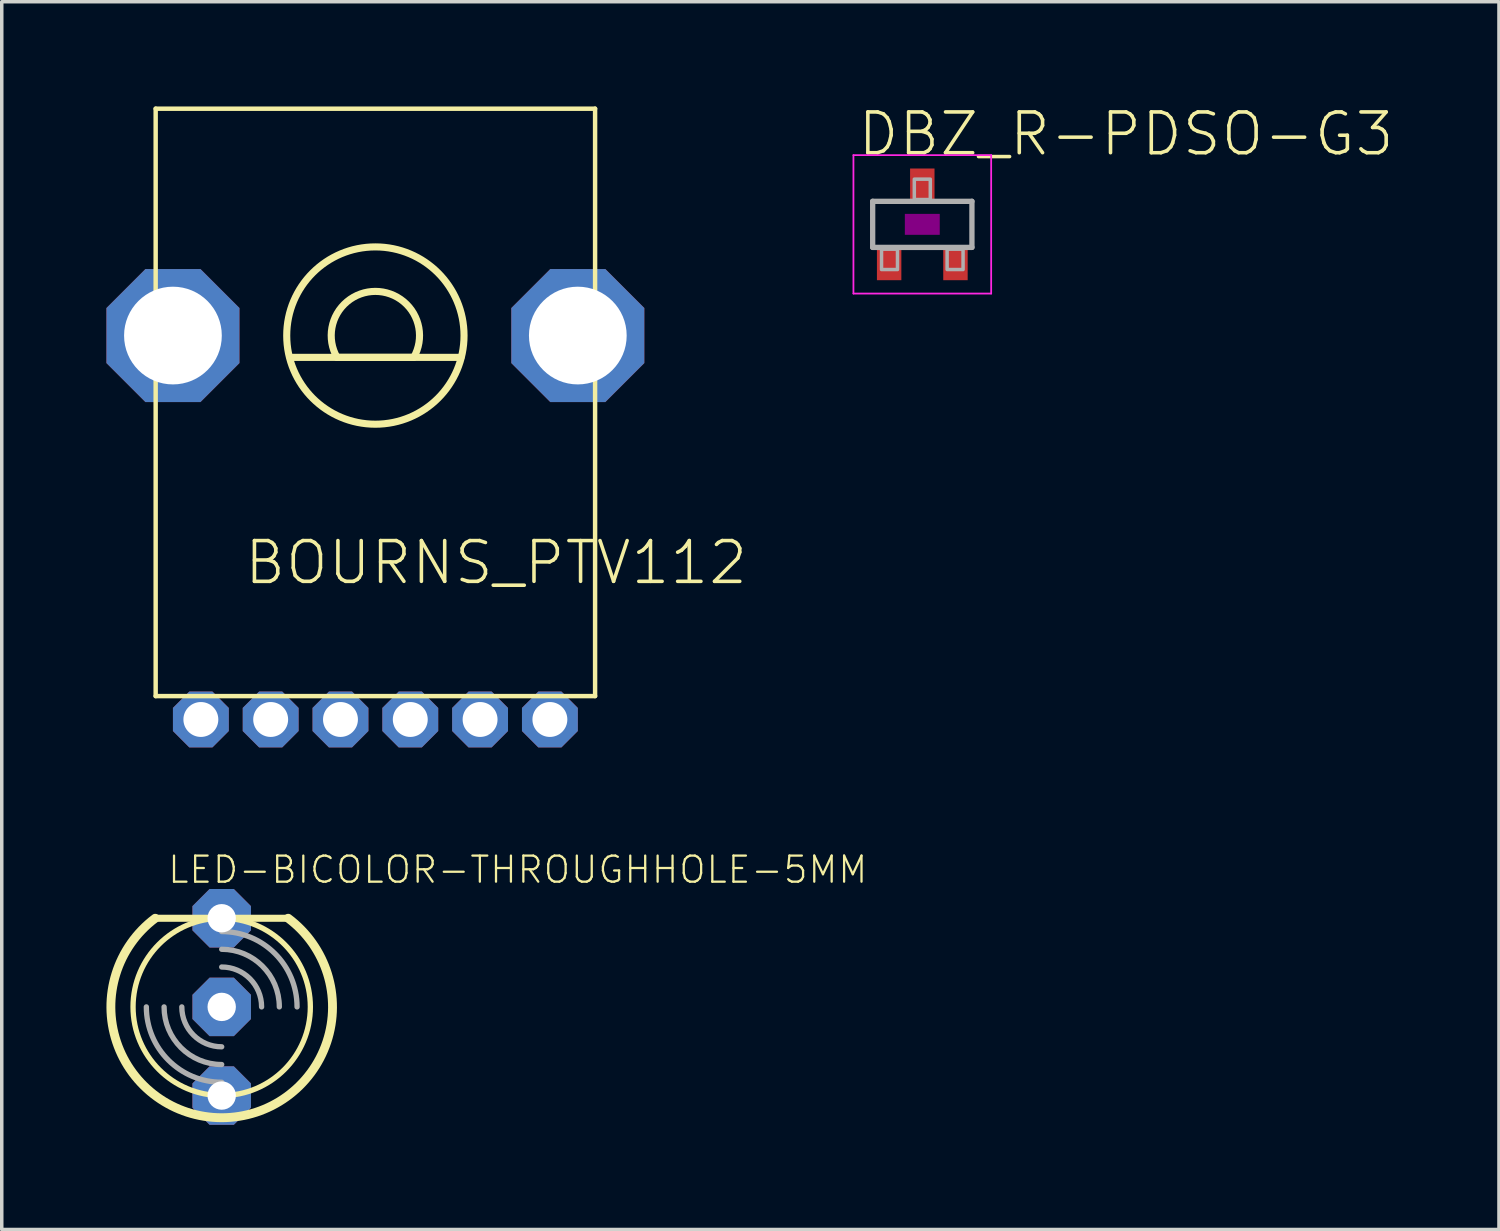
<source format=kicad_pcb>
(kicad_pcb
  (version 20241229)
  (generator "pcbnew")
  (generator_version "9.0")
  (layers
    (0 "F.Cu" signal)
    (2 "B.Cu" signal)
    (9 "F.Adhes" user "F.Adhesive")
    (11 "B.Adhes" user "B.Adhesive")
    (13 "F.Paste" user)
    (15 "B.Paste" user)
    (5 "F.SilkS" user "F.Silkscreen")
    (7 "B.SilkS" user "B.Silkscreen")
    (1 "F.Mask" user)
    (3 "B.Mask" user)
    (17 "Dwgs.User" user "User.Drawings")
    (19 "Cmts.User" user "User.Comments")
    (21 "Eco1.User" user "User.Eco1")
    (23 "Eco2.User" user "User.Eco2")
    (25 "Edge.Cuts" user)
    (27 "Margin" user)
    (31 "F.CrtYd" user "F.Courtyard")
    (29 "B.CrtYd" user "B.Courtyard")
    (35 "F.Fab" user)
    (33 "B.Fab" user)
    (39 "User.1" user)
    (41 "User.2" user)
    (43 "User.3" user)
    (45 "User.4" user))
  (footprint "DBZ_R-PDSO-G3"
    (layer "F.Cu")
    (at 23.375 3.378)
    (property "Reference" "DBZ_R-PDSO-G3" (at -1.905 -1.905 0) (layer "F.SilkS") (effects (font (size 1.168 1.168) (thickness 0.102)) (justify left bottom)))
    (fp_poly (pts (xy -0.5 0.3) (xy 0.5 0.3) (xy 0.5 -0.3) (xy -0.5 -0.3)) (stroke (width 0) (type solid)) (fill yes) (layer "F.Adhes"))
    (fp_line (start -1.973 -1.983) (end 1.973 -1.983) (stroke (width 0.051) (type solid)) (layer "F.CrtYd"))
    (fp_line (start -1.973 1.983) (end -1.973 -1.983) (stroke (width 0.051) (type solid)) (layer "F.CrtYd"))
    (fp_line (start 1.973 -1.983) (end 1.973 1.983) (stroke (width 0.051) (type solid)) (layer "F.CrtYd"))
    (fp_line (start 1.973 1.983) (end -1.973 1.983) (stroke (width 0.051) (type solid)) (layer "F.CrtYd"))
    (fp_line (start -1.422 -0.66) (end 1.422 -0.66) (stroke (width 0.152) (type solid)) (layer "F.Fab"))
    (fp_line (start -1.422 0.66) (end -1.422 -0.66) (stroke (width 0.152) (type solid)) (layer "F.Fab"))
    (fp_line (start 1.422 -0.66) (end 1.422 0.66) (stroke (width 0.152) (type solid)) (layer "F.Fab"))
    (fp_line (start 1.422 0.66) (end -1.422 0.66) (stroke (width 0.152) (type solid)) (layer "F.Fab"))
    (fp_poly (pts (xy -1.168 1.295) (xy -0.711 1.295) (xy -0.711 0.711) (xy -1.168 0.711)) (stroke (width 0.1) (type solid)) (fill no) (layer "F.Fab"))
    (fp_poly (pts (xy -0.229 -0.711) (xy 0.229 -0.711) (xy 0.229 -1.295) (xy -0.229 -1.295)) (stroke (width 0.1) (type solid)) (fill no) (layer "F.Fab"))
    (fp_poly (pts (xy 0.711 1.295) (xy 1.168 1.295) (xy 1.168 0.711) (xy 0.711 0.711)) (stroke (width 0.1) (type solid)) (fill no) (layer "F.Fab"))
    (pad "1" smd rect (at -0.95 1.1) (size 0.7 1) (layers "F.Cu" "F.Mask" "F.Paste"))
    (pad "2" smd rect (at 0.95 1.1) (size 0.7 1) (layers "F.Cu" "F.Mask" "F.Paste"))
    (pad "3" smd rect (at 0 -1.1) (size 0.7 1) (layers "F.Cu" "F.Mask" "F.Paste")))
  (footprint "BOURNS_PTV112"
    (layer "F.Cu")
    (at 7.705 6.564)
    (property "Reference" "BOURNS_PTV112" (at -3.81 7.19 0) (layer "F.SilkS") (effects (font (size 1.168 1.168) (thickness 0.102)) (justify left bottom)))
    (fp_line (start -6.295 -6.5) (end 6.295 -6.5) (stroke (width 0.127) (type solid)) (layer "F.SilkS"))
    (fp_line (start -6.295 10.33) (end -6.295 -6.5) (stroke (width 0.127) (type solid)) (layer "F.SilkS"))
    (fp_line (start 1.1 0.625) (end -1.1 0.625) (stroke (width 0.203) (type solid)) (layer "F.SilkS"))
    (fp_line (start 2.45 0.625) (end -2.425 0.625) (stroke (width 0.203) (type solid)) (layer "F.SilkS"))
    (fp_line (start 6.295 -6.5) (end 6.295 10.33) (stroke (width 0.127) (type solid)) (layer "F.SilkS"))
    (fp_line (start 6.295 10.33) (end -6.295 10.33) (stroke (width 0.127) (type solid)) (layer "F.SilkS"))
    (fp_arc (start -1.1 0.625) (mid 0 -1.265158) (end 1.1 0.625) (stroke (width 0.2032) (type solid)) (layer "F.SilkS"))
    (fp_circle (center 0 0) (end 2.54 0) (stroke (width 0.203) (type solid)) (fill no) (layer "F.SilkS"))
    (pad "1" thru_hole roundrect (at -3 11) (size 1.6 1.6) (drill 1) (layers "*.Cu" "*.Mask") (roundrect_rratio 0.25) (chamfer_ratio 0.293) (chamfer top_left top_right bottom_left bottom_right))
    (pad "1P" thru_hole roundrect (at -1 11) (size 1.6 1.6) (drill 1) (layers "*.Cu" "*.Mask") (roundrect_rratio 0.25) (chamfer_ratio 0.293) (chamfer top_left top_right bottom_left bottom_right))
    (pad "2" thru_hole roundrect (at -5 11) (size 1.6 1.6) (drill 1) (layers "*.Cu" "*.Mask") (roundrect_rratio 0.25) (chamfer_ratio 0.293) (chamfer top_left top_right bottom_left bottom_right))
    (pad "2P" thru_hole roundrect (at 1 11) (size 1.6 1.6) (drill 1) (layers "*.Cu" "*.Mask") (roundrect_rratio 0.25) (chamfer_ratio 0.293) (chamfer top_left top_right bottom_left bottom_right))
    (pad "3" thru_hole roundrect (at 5 11) (size 1.6 1.6) (drill 1) (layers "*.Cu" "*.Mask") (roundrect_rratio 0.25) (chamfer_ratio 0.293) (chamfer top_left top_right bottom_left bottom_right))
    (pad "3P" thru_hole roundrect (at 3 11) (size 1.6 1.6) (drill 1) (layers "*.Cu" "*.Mask") (roundrect_rratio 0.25) (chamfer_ratio 0.293) (chamfer top_left top_right bottom_left bottom_right))
    (pad "P$1" thru_hole roundrect (at 5.8 0 90) (size 3.81 3.81) (drill 2.8) (layers "*.Cu" "*.Mask") (roundrect_rratio 0.25) (chamfer_ratio 0.293) (chamfer top_left top_right bottom_left bottom_right))
    (pad "P$5" thru_hole roundrect (at -5.8 0 90) (size 3.81 3.81) (drill 2.8) (layers "*.Cu" "*.Mask") (roundrect_rratio 0.25) (chamfer_ratio 0.293) (chamfer top_left top_right bottom_left bottom_right)))
  (footprint "LED-BICOLOR-THROUGHHOLE-5MM"
    (layer "F.Cu")
    (at 3.302 25.799)
    (property "Reference" "LED-BICOLOR-THROUGHHOLE-5MM" (at -1.587 -3.493 0) (layer "F.SilkS") (effects (font (size 0.748 0.748) (thickness 0.065)) (justify left bottom)))
    (fp_line (start 1.905 -2.54) (end -1.905 -2.54) (stroke (width 0.203) (type solid)) (layer "F.SilkS"))
    (fp_arc (start 1.905 -2.54) (mid 0 3.175) (end -1.905 -2.54) (stroke (width 0.254) (type solid)) (layer "F.SilkS"))
    (fp_circle (center 0 0) (end 2.54 0) (stroke (width 0.152) (type solid)) (fill no) (layer "F.SilkS"))
    (fp_arc (start 0 -2.159) (mid 1.526644 -1.526644) (end 2.159 0) (stroke (width 0.1524) (type solid)) (layer "F.Fab"))
    (fp_arc (start 0 -1.651) (mid 1.167433 -1.167433) (end 1.651 0) (stroke (width 0.1524) (type solid)) (layer "F.Fab"))
    (fp_arc (start 0 -1.143) (mid 0.808223 -0.808223) (end 1.143 0) (stroke (width 0.1524) (type solid)) (layer "F.Fab"))
    (fp_arc (start 0 1.143) (mid -0.808223 0.808223) (end -1.143 0) (stroke (width 0.1524) (type solid)) (layer "F.Fab"))
    (fp_arc (start 0 1.651) (mid -1.167433 1.167433) (end -1.651 0) (stroke (width 0.1524) (type solid)) (layer "F.Fab"))
    (fp_arc (start 0 2.159) (mid -1.526644 1.526644) (end -2.159 0) (stroke (width 0.1524) (type solid)) (layer "F.Fab"))
    (pad "1" thru_hole roundrect (at 0 -2.54) (size 1.676 1.676) (drill 0.813) (layers "*.Cu" "*.Mask") (roundrect_rratio 0.25) (chamfer_ratio 0.293) (chamfer top_left top_right bottom_left bottom_right))
    (pad "2" thru_hole roundrect (at 0 0) (size 1.676 1.676) (drill 0.813) (layers "*.Cu" "*.Mask") (roundrect_rratio 0.25) (chamfer_ratio 0.293) (chamfer top_left top_right bottom_left bottom_right))
    (pad "3" thru_hole roundrect (at 0 2.54) (size 1.676 1.676) (drill 0.813) (layers "*.Cu" "*.Mask") (roundrect_rratio 0.25) (chamfer_ratio 0.293) (chamfer top_left top_right bottom_left bottom_right)))
  (gr_rect
    (start -3 -3)
    (end 39.897 32.177)
    (stroke (width 0.1) (type default))
    (fill no)
    (layer "Edge.Cuts")))
</source>
